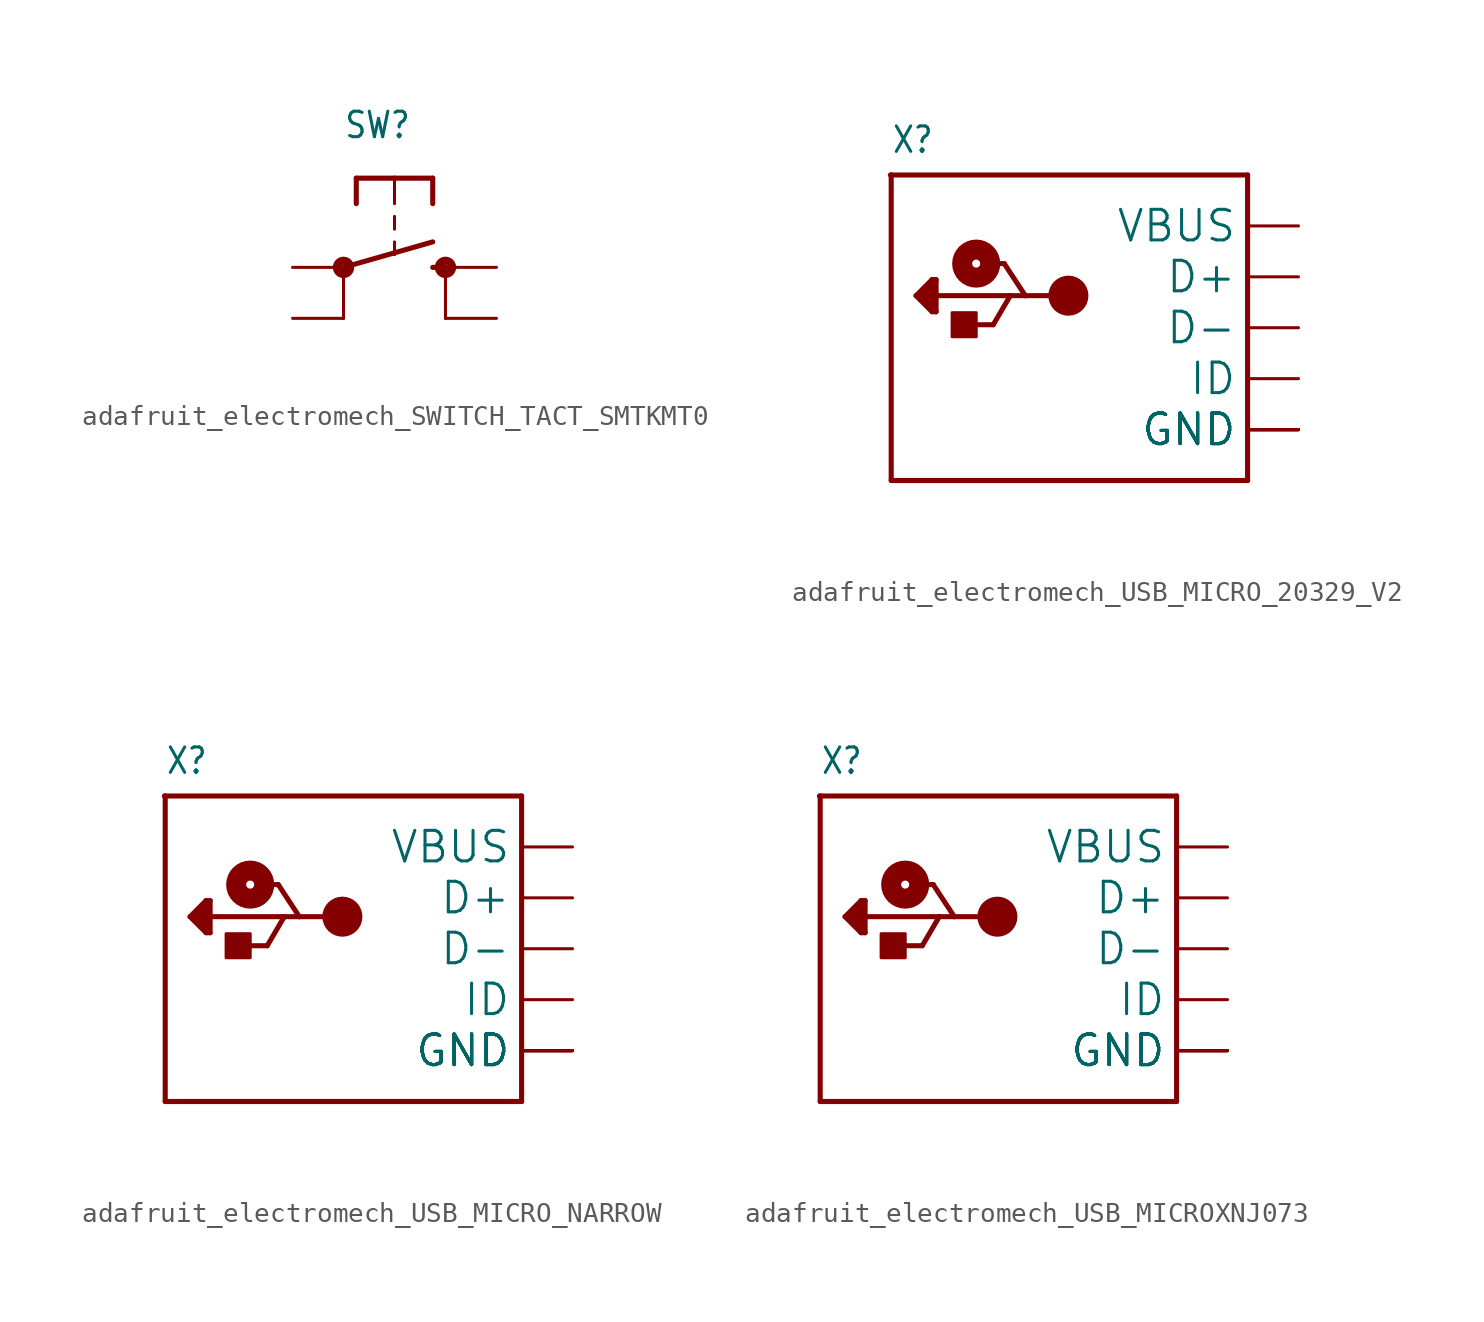
<source format=kicad_sym>
(kicad_symbol_lib
  (version 20241209)
  (generator "kicad_symbol_editor")
  (generator_version "9.0")
  (symbol "adafruit_electromech_SWITCH_TACT_SMTKMT0"
    (property "Reference" "SW"
      (at -2.54 6.35 0)
      (effects (font (size 1.27 1.079)) (justify left bottom)))
    (property "Value" ""
      (at -2.54 -5.08 0)
      (effects (font (size 1.27 1.079)) (justify left bottom)))
    (property "ki_locked" ""
      (at 0 0 0)
      (effects (font (size 1.27 1.27))))
    (symbol "adafruit_electromech_SWITCH_TACT_SMTKMT0_1_0"
      (circle (center -2.54 0) (radius 0.127) (stroke (width 0.406) (type solid)) (fill (type none)))
      (polyline (pts (xy -2.54 0) (xy 1.905 1.27)) (stroke (width 0.254) (type solid)) (fill (type none)))
      (polyline (pts (xy -2.54 -2.54) (xy -2.54 0)) (stroke (width 0.152) (type solid)) (fill (type none)))
      (polyline (pts (xy -1.905 4.445) (xy -1.905 3.175)) (stroke (width 0.254) (type solid)) (fill (type none)))
      (polyline (pts (xy 0 4.445) (xy -1.905 4.445)) (stroke (width 0.254) (type solid)) (fill (type none)))
      (polyline (pts (xy 0 4.445) (xy 0 3.175)) (stroke (width 0.152) (type solid)) (fill (type none)))
      (polyline (pts (xy 0 2.54) (xy 0 1.905)) (stroke (width 0.152) (type solid)) (fill (type none)))
      (polyline (pts (xy 0 1.27) (xy 0 0.635)) (stroke (width 0.152) (type solid)) (fill (type none)))
      (polyline (pts (xy 1.905 4.445) (xy 0 4.445)) (stroke (width 0.254) (type solid)) (fill (type none)))
      (polyline (pts (xy 1.905 4.445) (xy 1.905 3.175)) (stroke (width 0.254) (type solid)) (fill (type none)))
      (polyline (pts (xy 1.905 0) (xy 2.54 0)) (stroke (width 0.254) (type solid)) (fill (type none)))
      (circle (center 2.54 0) (radius 0.127) (stroke (width 0.406) (type solid)) (fill (type none)))
      (polyline (pts (xy 2.54 -2.54) (xy 2.54 0)) (stroke (width 0.152) (type solid)) (fill (type none)))
      (pin passive line (at -5.08 0 0) (length 2.54) (name "P" (effects (font (size 0 0)))) (number "A" (effects (font (size 0 0)))))
      (pin passive line (at -5.08 -2.54 0) (length 2.54) (name "P1" (effects (font (size 0 0)))) (number "A'" (effects (font (size 0 0)))))
      (pin passive line (at 5.08 0 180) (length 2.54) (name "S" (effects (font (size 0 0)))) (number "B" (effects (font (size 0 0)))))
      (pin passive line (at 5.08 -2.54 180) (length 2.54) (name "S1" (effects (font (size 0 0)))) (number "B'" (effects (font (size 0 0)))))))
  (symbol "adafruit_electromech_USB_MICRO_20329_V2"
    (property "Reference" "X"
      (at -10.16 8.636 0)
      (effects (font (size 1.27 1.079)) (justify left bottom)))
    (property "Value" ""
      (at -10.16 -10.16 0)
      (effects (font (size 1.27 1.079)) (justify left bottom)))
    (property "ki_locked" ""
      (at 0 0 0)
      (effects (font (size 1.27 1.27))))
    (symbol "adafruit_electromech_USB_MICRO_20329_V2_1_0"
      (polyline (pts (xy -10.2 7.62) (xy -10.16 7.62)) (stroke (width 0.254) (type solid)) (fill (type none)))
      (polyline (pts (xy -10.16 7.62) (xy -10.16 -7.62)) (stroke (width 0.254) (type solid)) (fill (type none)))
      (polyline (pts (xy -10.16 7.62) (xy 7.62 7.62)) (stroke (width 0.254) (type solid)) (fill (type none)))
      (polyline (pts (xy -10.16 -7.62) (xy 7.62 -7.62)) (stroke (width 0.254) (type solid)) (fill (type none)))
      (polyline (pts (xy -8.92 1.6) (xy -8.12 2.4)) (stroke (width 0.254) (type solid)) (fill (type none)))
      (polyline (pts (xy -8.52 1.6) (xy -8.52 1.4)) (stroke (width 0.254) (type solid)) (fill (type none)))
      (polyline (pts (xy -8.52 1.4) (xy -8.32 1.2)) (stroke (width 0.254) (type solid)) (fill (type none)))
      (polyline (pts (xy -8.32 2) (xy -8.72 1.6)) (stroke (width 0.254) (type solid)) (fill (type none)))
      (polyline (pts (xy -8.32 1.2) (xy -8.32 2)) (stroke (width 0.254) (type solid)) (fill (type none)))
      (polyline (pts (xy -8.12 2.4) (xy -7.92 2.4)) (stroke (width 0.254) (type solid)) (fill (type none)))
      (polyline (pts (xy -8.12 1) (xy -8.12 2.4)) (stroke (width 0.254) (type solid)) (fill (type none)))
      (polyline (pts (xy -8.12 0.8) (xy -8.92 1.6)) (stroke (width 0.254) (type solid)) (fill (type none)))
      (polyline (pts (xy -7.92 2.4) (xy -7.92 1.6)) (stroke (width 0.254) (type solid)) (fill (type none)))
      (polyline (pts (xy -7.92 1.6) (xy -7.92 0.8)) (stroke (width 0.254) (type solid)) (fill (type none)))
      (polyline (pts (xy -7.92 0.8) (xy -8.12 0.8)) (stroke (width 0.254) (type solid)) (fill (type none)))
      (rectangle (start -7.12 -0.45) (end -5.92 0.75) (stroke (width 0) (type default)) (fill (type outline)))
      (polyline (pts (xy -6.27 0.15) (xy -5.07 0.15)) (stroke (width 0.254) (type solid)) (fill (type none)))
      (circle (center -5.92 3.2) (radius 0.2) (stroke (width 1) (type solid)) (fill (type none)))
      (polyline (pts (xy -5.52 3.2) (xy -4.52 3.2)) (stroke (width 0.254) (type solid)) (fill (type none)))
      (polyline (pts (xy -5.07 0.15) (xy -4.22 1.6)) (stroke (width 0.254) (type solid)) (fill (type none)))
      (polyline (pts (xy -4.52 3.2) (xy -3.47 1.6)) (stroke (width 0.254) (type solid)) (fill (type none)))
      (polyline (pts (xy -4.22 1.6) (xy -7.92 1.6)) (stroke (width 0.254) (type solid)) (fill (type none)))
      (polyline (pts (xy -3.47 1.6) (xy -4.22 1.6)) (stroke (width 0.254) (type solid)) (fill (type none)))
      (circle (center -1.32 1.6) (radius 0.5) (stroke (width 1) (type solid)) (fill (type none)))
      (polyline (pts (xy -1.32 1.6) (xy -3.47 1.6)) (stroke (width 0.254) (type solid)) (fill (type none)))
      (polyline (pts (xy 7.62 7.62) (xy 7.62 -7.62)) (stroke (width 0.254) (type solid)) (fill (type none)))
      (pin power_in line (at 10.16 5.08 180) (length 2.54) (name "VBUS" (effects (font (size 1.524 1.524)))) (number "VBUS" (effects (font (size 0 0)))))
      (pin bidirectional line (at 10.16 2.54 180) (length 2.54) (name "D+" (effects (font (size 1.524 1.524)))) (number "D+" (effects (font (size 0 0)))))
      (pin bidirectional line (at 10.16 0 180) (length 2.54) (name "D-" (effects (font (size 1.524 1.524)))) (number "D-" (effects (font (size 0 0)))))
      (pin bidirectional line (at 10.16 -2.54 180) (length 2.54) (name "ID" (effects (font (size 1.524 1.524)))) (number "ID" (effects (font (size 0 0)))))
      (pin power_in line (at 10.16 -5.08 180) (length 2.54) (name "GND" (effects (font (size 1.524 1.524)))) (number "BASE@1" (effects (font (size 0 0)))))
      (pin power_in line (at 10.16 -5.08 180) (length 2.54) (name "GND" (effects (font (size 1.524 1.524)))) (number "BASE@2" (effects (font (size 0 0)))))
      (pin power_in line (at 10.16 -5.08 180) (length 2.54) (name "GND" (effects (font (size 1.524 1.524)))) (number "GND" (effects (font (size 0 0)))))
      (pin power_in line (at 10.16 -5.08 180) (length 2.54) (name "GND" (effects (font (size 1.524 1.524)))) (number "SPRT@1" (effects (font (size 0 0)))))
      (pin power_in line (at 10.16 -5.08 180) (length 2.54) (name "GND" (effects (font (size 1.524 1.524)))) (number "SPRT@2" (effects (font (size 0 0)))))
      (pin power_in line (at 10.16 -5.08 180) (length 2.54) (name "GND" (effects (font (size 1.524 1.524)))) (number "SPRT@3" (effects (font (size 0 0)))))
      (pin power_in line (at 10.16 -5.08 180) (length 2.54) (name "GND" (effects (font (size 1.524 1.524)))) (number "SPRT@4" (effects (font (size 0 0)))))))
  (symbol "adafruit_electromech_USB_MICRO_NARROW"
    (property "Reference" "X"
      (at -10.16 8.636 0)
      (effects (font (size 1.27 1.079)) (justify left bottom)))
    (property "Value" ""
      (at -10.16 -10.16 0)
      (effects (font (size 1.27 1.079)) (justify left bottom)))
    (property "ki_locked" ""
      (at 0 0 0)
      (effects (font (size 1.27 1.27))))
    (symbol "adafruit_electromech_USB_MICRO_NARROW_1_0"
      (polyline (pts (xy -10.2 7.62) (xy -10.16 7.62)) (stroke (width 0.254) (type solid)) (fill (type none)))
      (polyline (pts (xy -10.16 7.62) (xy -10.16 -7.62)) (stroke (width 0.254) (type solid)) (fill (type none)))
      (polyline (pts (xy -10.16 7.62) (xy 7.62 7.62)) (stroke (width 0.254) (type solid)) (fill (type none)))
      (polyline (pts (xy -10.16 -7.62) (xy 7.62 -7.62)) (stroke (width 0.254) (type solid)) (fill (type none)))
      (polyline (pts (xy -8.92 1.6) (xy -8.12 2.4)) (stroke (width 0.254) (type solid)) (fill (type none)))
      (polyline (pts (xy -8.52 1.6) (xy -8.52 1.4)) (stroke (width 0.254) (type solid)) (fill (type none)))
      (polyline (pts (xy -8.52 1.4) (xy -8.32 1.2)) (stroke (width 0.254) (type solid)) (fill (type none)))
      (polyline (pts (xy -8.32 2) (xy -8.72 1.6)) (stroke (width 0.254) (type solid)) (fill (type none)))
      (polyline (pts (xy -8.32 1.2) (xy -8.32 2)) (stroke (width 0.254) (type solid)) (fill (type none)))
      (polyline (pts (xy -8.12 2.4) (xy -7.92 2.4)) (stroke (width 0.254) (type solid)) (fill (type none)))
      (polyline (pts (xy -8.12 1) (xy -8.12 2.4)) (stroke (width 0.254) (type solid)) (fill (type none)))
      (polyline (pts (xy -8.12 0.8) (xy -8.92 1.6)) (stroke (width 0.254) (type solid)) (fill (type none)))
      (polyline (pts (xy -7.92 2.4) (xy -7.92 1.6)) (stroke (width 0.254) (type solid)) (fill (type none)))
      (polyline (pts (xy -7.92 1.6) (xy -7.92 0.8)) (stroke (width 0.254) (type solid)) (fill (type none)))
      (polyline (pts (xy -7.92 0.8) (xy -8.12 0.8)) (stroke (width 0.254) (type solid)) (fill (type none)))
      (rectangle (start -7.12 -0.45) (end -5.92 0.75) (stroke (width 0) (type default)) (fill (type outline)))
      (polyline (pts (xy -6.27 0.15) (xy -5.07 0.15)) (stroke (width 0.254) (type solid)) (fill (type none)))
      (circle (center -5.92 3.2) (radius 0.2) (stroke (width 1) (type solid)) (fill (type none)))
      (polyline (pts (xy -5.52 3.2) (xy -4.52 3.2)) (stroke (width 0.254) (type solid)) (fill (type none)))
      (polyline (pts (xy -5.07 0.15) (xy -4.22 1.6)) (stroke (width 0.254) (type solid)) (fill (type none)))
      (polyline (pts (xy -4.52 3.2) (xy -3.47 1.6)) (stroke (width 0.254) (type solid)) (fill (type none)))
      (polyline (pts (xy -4.22 1.6) (xy -7.92 1.6)) (stroke (width 0.254) (type solid)) (fill (type none)))
      (polyline (pts (xy -3.47 1.6) (xy -4.22 1.6)) (stroke (width 0.254) (type solid)) (fill (type none)))
      (circle (center -1.32 1.6) (radius 0.5) (stroke (width 1) (type solid)) (fill (type none)))
      (polyline (pts (xy -1.32 1.6) (xy -3.47 1.6)) (stroke (width 0.254) (type solid)) (fill (type none)))
      (polyline (pts (xy 7.62 7.62) (xy 7.62 -7.62)) (stroke (width 0.254) (type solid)) (fill (type none)))
      (pin power_in line (at 10.16 5.08 180) (length 2.54) (name "VBUS" (effects (font (size 1.524 1.524)))) (number "VBUS" (effects (font (size 0 0)))))
      (pin bidirectional line (at 10.16 2.54 180) (length 2.54) (name "D+" (effects (font (size 1.524 1.524)))) (number "D+" (effects (font (size 0 0)))))
      (pin bidirectional line (at 10.16 0 180) (length 2.54) (name "D-" (effects (font (size 1.524 1.524)))) (number "D-" (effects (font (size 0 0)))))
      (pin bidirectional line (at 10.16 -2.54 180) (length 2.54) (name "ID" (effects (font (size 1.524 1.524)))) (number "ID" (effects (font (size 0 0)))))
      (pin power_in line (at 10.16 -5.08 180) (length 2.54) (name "GND" (effects (font (size 1.524 1.524)))) (number "BASE@1" (effects (font (size 0 0)))))
      (pin power_in line (at 10.16 -5.08 180) (length 2.54) (name "GND" (effects (font (size 1.524 1.524)))) (number "BASE@2" (effects (font (size 0 0)))))
      (pin power_in line (at 10.16 -5.08 180) (length 2.54) (name "GND" (effects (font (size 1.524 1.524)))) (number "GND" (effects (font (size 0 0)))))
      (pin power_in line (at 10.16 -5.08 180) (length 2.54) (name "GND" (effects (font (size 1.524 1.524)))) (number "SPRT@1" (effects (font (size 0 0)))))
      (pin power_in line (at 10.16 -5.08 180) (length 2.54) (name "GND" (effects (font (size 1.524 1.524)))) (number "SPRT@2" (effects (font (size 0 0)))))
      (pin power_in line (at 10.16 -5.08 180) (length 2.54) (name "GND" (effects (font (size 1.524 1.524)))) (number "SPRT@3" (effects (font (size 0 0)))))
      (pin power_in line (at 10.16 -5.08 180) (length 2.54) (name "GND" (effects (font (size 1.524 1.524)))) (number "SPRT@4" (effects (font (size 0 0)))))))
  (symbol "adafruit_electromech_USB_MICROXNJ073"
    (property "Reference" "X"
      (at -10.16 8.636 0)
      (effects (font (size 1.27 1.079)) (justify left bottom)))
    (property "Value" ""
      (at -10.16 -10.16 0)
      (effects (font (size 1.27 1.079)) (justify left bottom)))
    (property "ki_locked" ""
      (at 0 0 0)
      (effects (font (size 1.27 1.27))))
    (symbol "adafruit_electromech_USB_MICROXNJ073_1_0"
      (polyline (pts (xy -10.2 7.62) (xy -10.16 7.62)) (stroke (width 0.254) (type solid)) (fill (type none)))
      (polyline (pts (xy -10.16 7.62) (xy -10.16 -7.62)) (stroke (width 0.254) (type solid)) (fill (type none)))
      (polyline (pts (xy -10.16 7.62) (xy 7.62 7.62)) (stroke (width 0.254) (type solid)) (fill (type none)))
      (polyline (pts (xy -10.16 -7.62) (xy 7.62 -7.62)) (stroke (width 0.254) (type solid)) (fill (type none)))
      (polyline (pts (xy -8.92 1.6) (xy -8.12 2.4)) (stroke (width 0.254) (type solid)) (fill (type none)))
      (polyline (pts (xy -8.52 1.6) (xy -8.52 1.4)) (stroke (width 0.254) (type solid)) (fill (type none)))
      (polyline (pts (xy -8.52 1.4) (xy -8.32 1.2)) (stroke (width 0.254) (type solid)) (fill (type none)))
      (polyline (pts (xy -8.32 2) (xy -8.72 1.6)) (stroke (width 0.254) (type solid)) (fill (type none)))
      (polyline (pts (xy -8.32 1.2) (xy -8.32 2)) (stroke (width 0.254) (type solid)) (fill (type none)))
      (polyline (pts (xy -8.12 2.4) (xy -7.92 2.4)) (stroke (width 0.254) (type solid)) (fill (type none)))
      (polyline (pts (xy -8.12 1) (xy -8.12 2.4)) (stroke (width 0.254) (type solid)) (fill (type none)))
      (polyline (pts (xy -8.12 0.8) (xy -8.92 1.6)) (stroke (width 0.254) (type solid)) (fill (type none)))
      (polyline (pts (xy -7.92 2.4) (xy -7.92 1.6)) (stroke (width 0.254) (type solid)) (fill (type none)))
      (polyline (pts (xy -7.92 1.6) (xy -7.92 0.8)) (stroke (width 0.254) (type solid)) (fill (type none)))
      (polyline (pts (xy -7.92 0.8) (xy -8.12 0.8)) (stroke (width 0.254) (type solid)) (fill (type none)))
      (rectangle (start -7.12 -0.45) (end -5.92 0.75) (stroke (width 0) (type default)) (fill (type outline)))
      (polyline (pts (xy -6.27 0.15) (xy -5.07 0.15)) (stroke (width 0.254) (type solid)) (fill (type none)))
      (circle (center -5.92 3.2) (radius 0.2) (stroke (width 1) (type solid)) (fill (type none)))
      (polyline (pts (xy -5.52 3.2) (xy -4.52 3.2)) (stroke (width 0.254) (type solid)) (fill (type none)))
      (polyline (pts (xy -5.07 0.15) (xy -4.22 1.6)) (stroke (width 0.254) (type solid)) (fill (type none)))
      (polyline (pts (xy -4.52 3.2) (xy -3.47 1.6)) (stroke (width 0.254) (type solid)) (fill (type none)))
      (polyline (pts (xy -4.22 1.6) (xy -7.92 1.6)) (stroke (width 0.254) (type solid)) (fill (type none)))
      (polyline (pts (xy -3.47 1.6) (xy -4.22 1.6)) (stroke (width 0.254) (type solid)) (fill (type none)))
      (circle (center -1.32 1.6) (radius 0.5) (stroke (width 1) (type solid)) (fill (type none)))
      (polyline (pts (xy -1.32 1.6) (xy -3.47 1.6)) (stroke (width 0.254) (type solid)) (fill (type none)))
      (polyline (pts (xy 7.62 7.62) (xy 7.62 -7.62)) (stroke (width 0.254) (type solid)) (fill (type none)))
      (pin power_in line (at 10.16 5.08 180) (length 2.54) (name "VBUS" (effects (font (size 1.524 1.524)))) (number "VBUS" (effects (font (size 0 0)))))
      (pin bidirectional line (at 10.16 2.54 180) (length 2.54) (name "D+" (effects (font (size 1.524 1.524)))) (number "D+" (effects (font (size 0 0)))))
      (pin bidirectional line (at 10.16 0 180) (length 2.54) (name "D-" (effects (font (size 1.524 1.524)))) (number "D-" (effects (font (size 0 0)))))
      (pin bidirectional line (at 10.16 -2.54 180) (length 2.54) (name "ID" (effects (font (size 1.524 1.524)))) (number "ID" (effects (font (size 0 0)))))
      (pin power_in line (at 10.16 -5.08 180) (length 2.54) (name "GND" (effects (font (size 1.524 1.524)))) (number "BASE@1" (effects (font (size 0 0)))))
      (pin power_in line (at 10.16 -5.08 180) (length 2.54) (name "GND" (effects (font (size 1.524 1.524)))) (number "BASE@2" (effects (font (size 0 0)))))
      (pin power_in line (at 10.16 -5.08 180) (length 2.54) (name "GND" (effects (font (size 1.524 1.524)))) (number "GND" (effects (font (size 0 0)))))
      (pin power_in line (at 10.16 -5.08 180) (length 2.54) (name "GND" (effects (font (size 1.524 1.524)))) (number "SPRT@1" (effects (font (size 0 0)))))
      (pin power_in line (at 10.16 -5.08 180) (length 2.54) (name "GND" (effects (font (size 1.524 1.524)))) (number "SPRT@2" (effects (font (size 0 0)))))
      (pin power_in line (at 10.16 -5.08 180) (length 2.54) (name "GND" (effects (font (size 1.524 1.524)))) (number "SPRT@3" (effects (font (size 0 0)))))
      (pin power_in line (at 10.16 -5.08 180) (length 2.54) (name "GND" (effects (font (size 1.524 1.524)))) (number "SPRT@4" (effects (font (size 0 0))))))))
</source>
